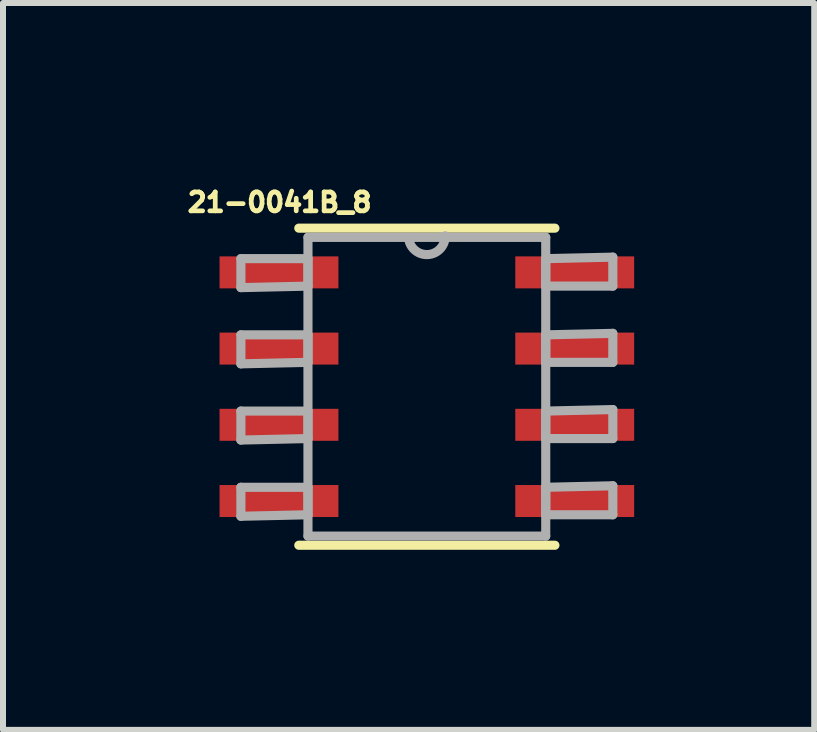
<source format=kicad_pcb>
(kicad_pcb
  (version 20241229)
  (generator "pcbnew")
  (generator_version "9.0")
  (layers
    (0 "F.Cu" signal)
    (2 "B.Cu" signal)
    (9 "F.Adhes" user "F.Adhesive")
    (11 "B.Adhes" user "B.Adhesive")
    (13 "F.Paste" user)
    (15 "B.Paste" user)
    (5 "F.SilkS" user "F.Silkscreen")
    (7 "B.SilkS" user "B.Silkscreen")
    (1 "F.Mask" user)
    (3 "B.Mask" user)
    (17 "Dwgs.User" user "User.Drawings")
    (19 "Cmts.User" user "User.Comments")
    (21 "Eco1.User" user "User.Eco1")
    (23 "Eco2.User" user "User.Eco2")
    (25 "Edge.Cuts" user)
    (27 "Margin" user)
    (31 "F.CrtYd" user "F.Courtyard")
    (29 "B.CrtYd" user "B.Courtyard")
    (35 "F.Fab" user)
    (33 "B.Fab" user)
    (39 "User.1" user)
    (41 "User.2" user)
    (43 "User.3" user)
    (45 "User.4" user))
  (footprint "21-0041B_8"
    (layer "F.Cu")
    (at 4.063 3.394)
    (property "Reference" "21-0041B_8" (at -2.454 -3.072 0) (layer "F.SilkS") (effects (font (size 0.315 0.315) (thickness 0.15))))
    (attr smd)
    (fp_line (start -2.134 2.642) (end 2.134 2.642) (stroke (width 0.152) (type solid)) (layer "F.SilkS"))
    (fp_line (start 2.134 -2.642) (end -2.134 -2.642) (stroke (width 0.152) (type solid)) (layer "F.SilkS"))
    (fp_line (start -3.099 -2.134) (end -3.099 -1.651) (stroke (width 0.152) (type solid)) (layer "F.Fab"))
    (fp_line (start -3.099 -1.651) (end -1.981 -1.676) (stroke (width 0.152) (type solid)) (layer "F.Fab"))
    (fp_line (start -3.099 -0.864) (end -3.099 -0.381) (stroke (width 0.152) (type solid)) (layer "F.Fab"))
    (fp_line (start -3.099 -0.381) (end -1.981 -0.406) (stroke (width 0.152) (type solid)) (layer "F.Fab"))
    (fp_line (start -3.099 0.406) (end -3.099 0.889) (stroke (width 0.152) (type solid)) (layer "F.Fab"))
    (fp_line (start -3.099 0.889) (end -1.981 0.864) (stroke (width 0.152) (type solid)) (layer "F.Fab"))
    (fp_line (start -3.099 1.676) (end -3.099 2.159) (stroke (width 0.152) (type solid)) (layer "F.Fab"))
    (fp_line (start -3.099 2.159) (end -1.981 2.134) (stroke (width 0.152) (type solid)) (layer "F.Fab"))
    (fp_line (start -1.981 -2.489) (end -1.981 2.489) (stroke (width 0.152) (type solid)) (layer "F.Fab"))
    (fp_line (start -1.981 -2.134) (end -3.099 -2.134) (stroke (width 0.152) (type solid)) (layer "F.Fab"))
    (fp_line (start -1.981 -1.676) (end -1.981 -2.134) (stroke (width 0.152) (type solid)) (layer "F.Fab"))
    (fp_line (start -1.981 -0.864) (end -3.099 -0.864) (stroke (width 0.152) (type solid)) (layer "F.Fab"))
    (fp_line (start -1.981 -0.406) (end -1.981 -0.864) (stroke (width 0.152) (type solid)) (layer "F.Fab"))
    (fp_line (start -1.981 0.406) (end -3.099 0.406) (stroke (width 0.152) (type solid)) (layer "F.Fab"))
    (fp_line (start -1.981 0.864) (end -1.981 0.406) (stroke (width 0.152) (type solid)) (layer "F.Fab"))
    (fp_line (start -1.981 1.676) (end -3.099 1.676) (stroke (width 0.152) (type solid)) (layer "F.Fab"))
    (fp_line (start -1.981 2.134) (end -1.981 1.676) (stroke (width 0.152) (type solid)) (layer "F.Fab"))
    (fp_line (start -1.981 2.489) (end 1.981 2.489) (stroke (width 0.152) (type solid)) (layer "F.Fab"))
    (fp_line (start -0.305 -2.489) (end -1.981 -2.489) (stroke (width 0.152) (type solid)) (layer "F.Fab"))
    (fp_line (start 1.981 -2.489) (end -0.305 -2.489) (stroke (width 0.152) (type solid)) (layer "F.Fab"))
    (fp_line (start 1.981 -2.134) (end 1.981 -1.676) (stroke (width 0.152) (type solid)) (layer "F.Fab"))
    (fp_line (start 1.981 -1.676) (end 3.099 -1.676) (stroke (width 0.152) (type solid)) (layer "F.Fab"))
    (fp_line (start 1.981 -0.864) (end 1.981 -0.406) (stroke (width 0.152) (type solid)) (layer "F.Fab"))
    (fp_line (start 1.981 -0.406) (end 3.099 -0.406) (stroke (width 0.152) (type solid)) (layer "F.Fab"))
    (fp_line (start 1.981 0.406) (end 1.981 0.864) (stroke (width 0.152) (type solid)) (layer "F.Fab"))
    (fp_line (start 1.981 0.864) (end 3.099 0.864) (stroke (width 0.152) (type solid)) (layer "F.Fab"))
    (fp_line (start 1.981 1.676) (end 1.981 2.134) (stroke (width 0.152) (type solid)) (layer "F.Fab"))
    (fp_line (start 1.981 2.134) (end 3.099 2.134) (stroke (width 0.152) (type solid)) (layer "F.Fab"))
    (fp_line (start 1.981 2.489) (end 1.981 -2.489) (stroke (width 0.152) (type solid)) (layer "F.Fab"))
    (fp_line (start 3.099 -2.159) (end 1.981 -2.134) (stroke (width 0.152) (type solid)) (layer "F.Fab"))
    (fp_line (start 3.099 -1.676) (end 3.099 -2.159) (stroke (width 0.152) (type solid)) (layer "F.Fab"))
    (fp_line (start 3.099 -0.889) (end 1.981 -0.864) (stroke (width 0.152) (type solid)) (layer "F.Fab"))
    (fp_line (start 3.099 -0.406) (end 3.099 -0.889) (stroke (width 0.152) (type solid)) (layer "F.Fab"))
    (fp_line (start 3.099 0.381) (end 1.981 0.406) (stroke (width 0.152) (type solid)) (layer "F.Fab"))
    (fp_line (start 3.099 0.864) (end 3.099 0.381) (stroke (width 0.152) (type solid)) (layer "F.Fab"))
    (fp_line (start 3.099 1.651) (end 1.981 1.676) (stroke (width 0.152) (type solid)) (layer "F.Fab"))
    (fp_line (start 3.099 2.134) (end 3.099 1.651) (stroke (width 0.152) (type solid)) (layer "F.Fab"))
    (fp_arc (start 0.3048 -2.5146) (mid 0.0127 -2.1971) (end -0.3048 -2.4892) (stroke (width 0.1524) (type solid)) (layer "F.Fab"))
    (pad "1" smd rect (at -2.464 -1.905) (size 1.981 0.533) (layers "F.Cu" "F.Mask" "F.Paste"))
    (pad "2" smd rect (at -2.464 -0.635) (size 1.981 0.533) (layers "F.Cu" "F.Mask" "F.Paste"))
    (pad "3" smd rect (at -2.464 0.635) (size 1.981 0.533) (layers "F.Cu" "F.Mask" "F.Paste"))
    (pad "4" smd rect (at -2.464 1.905) (size 1.981 0.533) (layers "F.Cu" "F.Mask" "F.Paste"))
    (pad "5" smd rect (at 2.464 1.905) (size 1.981 0.533) (layers "F.Cu" "F.Mask" "F.Paste"))
    (pad "6" smd rect (at 2.464 0.635) (size 1.981 0.533) (layers "F.Cu" "F.Mask" "F.Paste"))
    (pad "7" smd rect (at 2.464 -0.635) (size 1.981 0.533) (layers "F.Cu" "F.Mask" "F.Paste"))
    (pad "8" smd rect (at 2.464 -1.905) (size 1.981 0.533) (layers "F.Cu" "F.Mask" "F.Paste")))
  (gr_rect
    (start -3 -3)
    (end 10.518 9.112)
    (stroke (width 0.1) (type default))
    (fill no)
    (layer "Edge.Cuts")))
</source>
